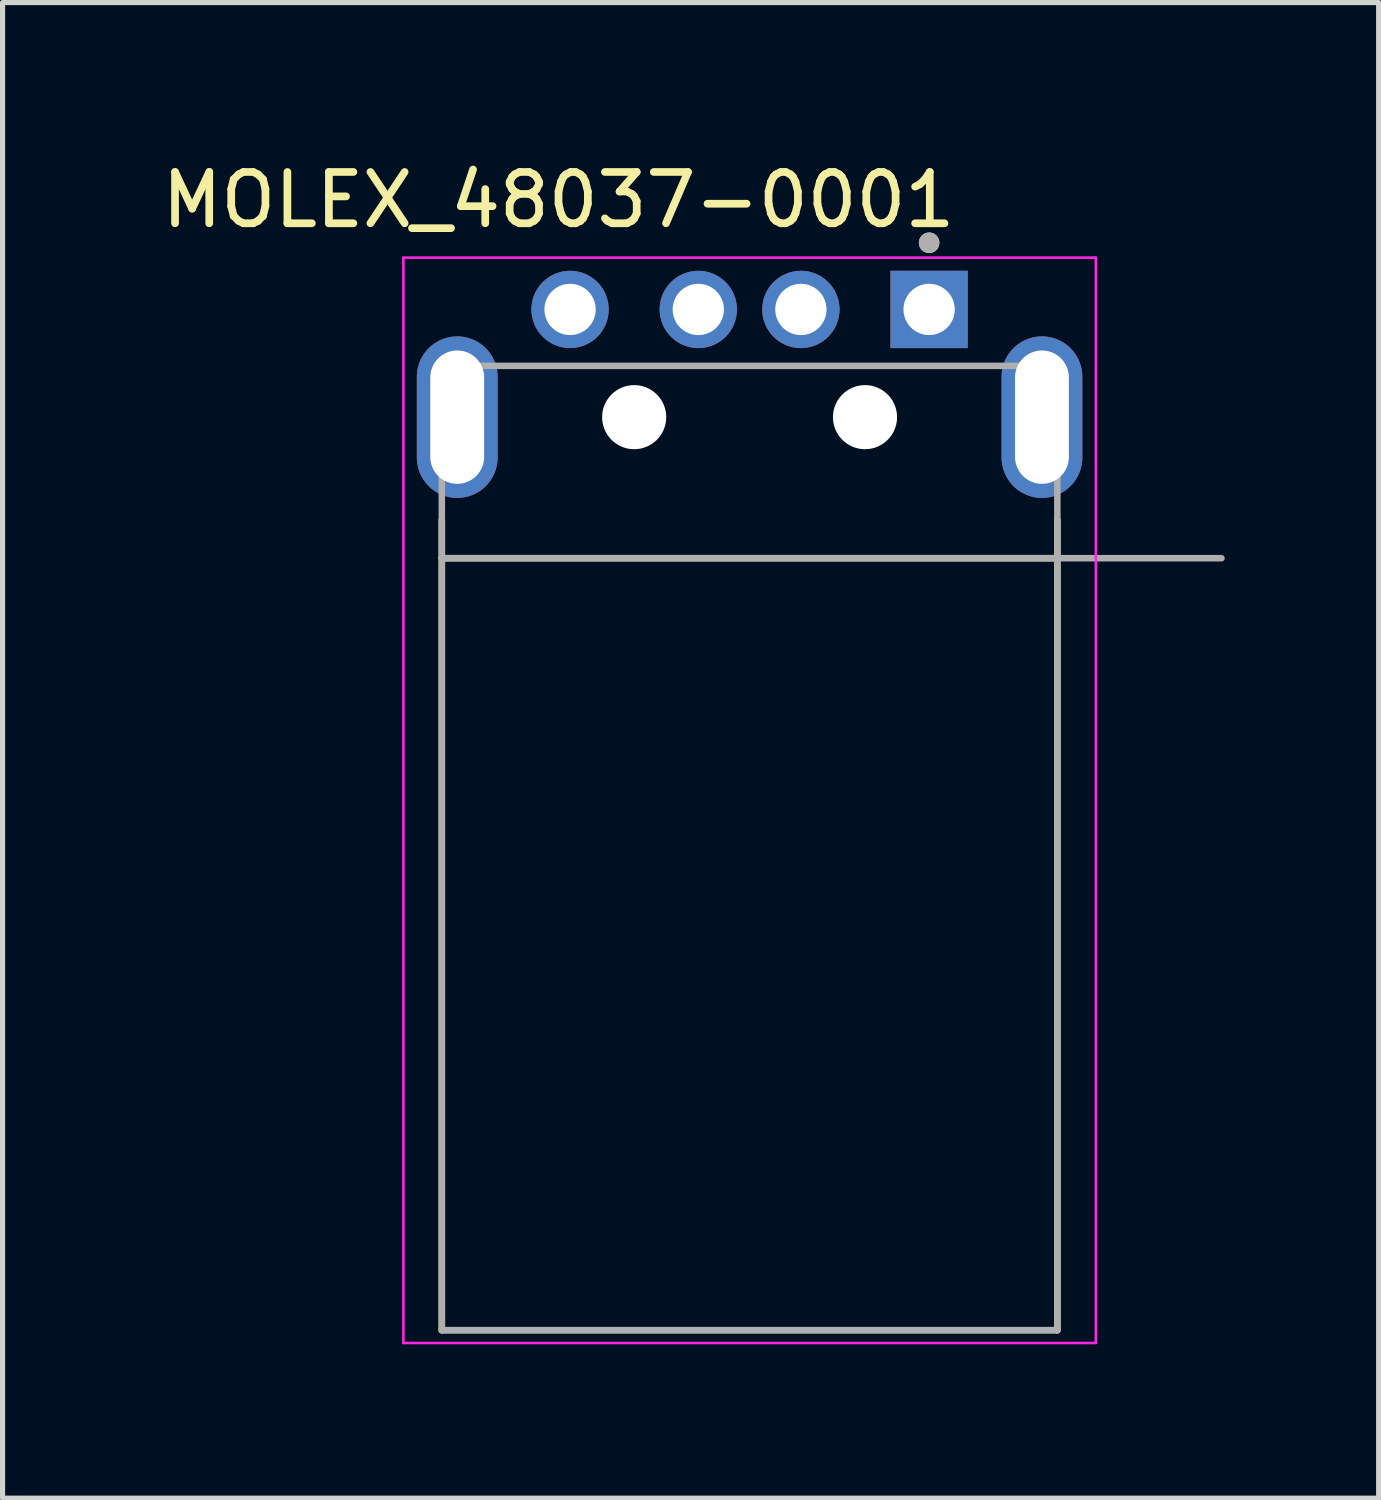
<source format=kicad_pcb>
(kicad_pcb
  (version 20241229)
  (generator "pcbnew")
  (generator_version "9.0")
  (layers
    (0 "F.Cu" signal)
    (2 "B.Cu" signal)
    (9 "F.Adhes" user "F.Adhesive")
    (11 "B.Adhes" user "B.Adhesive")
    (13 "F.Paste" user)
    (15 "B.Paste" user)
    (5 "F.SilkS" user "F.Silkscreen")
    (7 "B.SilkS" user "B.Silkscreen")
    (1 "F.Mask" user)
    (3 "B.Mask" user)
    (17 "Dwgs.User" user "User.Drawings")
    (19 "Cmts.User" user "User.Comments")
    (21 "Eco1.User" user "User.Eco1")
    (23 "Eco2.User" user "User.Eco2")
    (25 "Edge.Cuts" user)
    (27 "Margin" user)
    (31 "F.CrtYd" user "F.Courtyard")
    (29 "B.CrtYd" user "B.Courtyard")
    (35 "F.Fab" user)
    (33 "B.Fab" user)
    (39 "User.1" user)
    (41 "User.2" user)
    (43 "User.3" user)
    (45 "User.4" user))
  (footprint "MOLEX_48037-0001"
    (layer "F.Cu")
    (at 11.564 5.083)
    (property "Reference" "MOLEX_48037-0001" (at -3.725 -4.235 0) (layer "F.SilkS") (effects (font (size 1 1) (thickness 0.15))))
    (attr through_hole)
    (fp_line (start -6 2) (end -6 2.75) (stroke (width 0.127) (type solid)) (layer "F.SilkS"))
    (fp_line (start -6 2.75) (end -6 17.8) (stroke (width 0.127) (type solid)) (layer "F.SilkS"))
    (fp_line (start -6 2.75) (end 6 2.75) (stroke (width 0.127) (type solid)) (layer "F.SilkS"))
    (fp_line (start -6 17.8) (end 6 17.8) (stroke (width 0.127) (type solid)) (layer "F.SilkS"))
    (fp_line (start 6 2.75) (end 6 2) (stroke (width 0.127) (type solid)) (layer "F.SilkS"))
    (fp_line (start 6 17.8) (end 6 2.75) (stroke (width 0.127) (type solid)) (layer "F.SilkS"))
    (fp_circle (center 3.5 -3.4) (end 3.6 -3.4) (stroke (width 0.2) (type solid)) (fill no) (layer "F.SilkS"))
    (fp_line (start -6.75 -3.11) (end -6.75 18.05) (stroke (width 0.05) (type solid)) (layer "F.CrtYd"))
    (fp_line (start -6.75 18.05) (end 6.75 18.05) (stroke (width 0.05) (type solid)) (layer "F.CrtYd"))
    (fp_line (start 6.75 -3.11) (end -6.75 -3.11) (stroke (width 0.05) (type solid)) (layer "F.CrtYd"))
    (fp_line (start 6.75 18.05) (end 6.75 -3.11) (stroke (width 0.05) (type solid)) (layer "F.CrtYd"))
    (fp_line (start -6 -1) (end -6 2.75) (stroke (width 0.127) (type solid)) (layer "F.Fab"))
    (fp_line (start -6 2.75) (end -6 17.8) (stroke (width 0.127) (type solid)) (layer "F.Fab"))
    (fp_line (start -6 2.75) (end 6 2.75) (stroke (width 0.127) (type solid)) (layer "F.Fab"))
    (fp_line (start -6 17.8) (end 6 17.8) (stroke (width 0.127) (type solid)) (layer "F.Fab"))
    (fp_line (start 6 -1) (end -6 -1) (stroke (width 0.127) (type solid)) (layer "F.Fab"))
    (fp_line (start 6 2.75) (end 6 -1) (stroke (width 0.127) (type solid)) (layer "F.Fab"))
    (fp_line (start 6 2.75) (end 9.2 2.75) (stroke (width 0.127) (type solid)) (layer "F.Fab"))
    (fp_line (start 6 17.8) (end 6 2.75) (stroke (width 0.127) (type solid)) (layer "F.Fab"))
    (fp_circle (center 3.5 -3.4) (end 3.6 -3.4) (stroke (width 0.2) (type solid)) (fill no) (layer "F.Fab"))
    (pad "" np_thru_hole circle (at -2.25 0) (size 1.25 1.25) (drill 1.25) (layers "*.Cu" "*.Mask"))
    (pad "" np_thru_hole circle (at 2.25 0) (size 1.25 1.25) (drill 1.25) (layers "*.Cu" "*.Mask"))
    (pad "1" thru_hole rect (at 3.5 -2.1) (size 1.508 1.508) (drill 1) (layers "*.Cu" "*.Mask"))
    (pad "2" thru_hole circle (at 1 -2.1) (size 1.508 1.508) (drill 1) (layers "*.Cu" "*.Mask"))
    (pad "3" thru_hole circle (at -1 -2.1) (size 1.508 1.508) (drill 1) (layers "*.Cu" "*.Mask"))
    (pad "4" thru_hole circle (at -3.5 -2.1) (size 1.508 1.508) (drill 1) (layers "*.Cu" "*.Mask"))
    (pad "S1" thru_hole oval (at 5.7 0) (size 1.575 3.15) (drill oval 1.05 2.6) (layers "*.Cu" "*.Mask"))
    (pad "S2" thru_hole oval (at -5.7 0) (size 1.575 3.15) (drill oval 1.05 2.6) (layers "*.Cu" "*.Mask")))
  (gr_rect
    (start -3 -3)
    (end 23.828 26.158)
    (stroke (width 0.1) (type default))
    (fill no)
    (layer "Edge.Cuts")))
</source>
